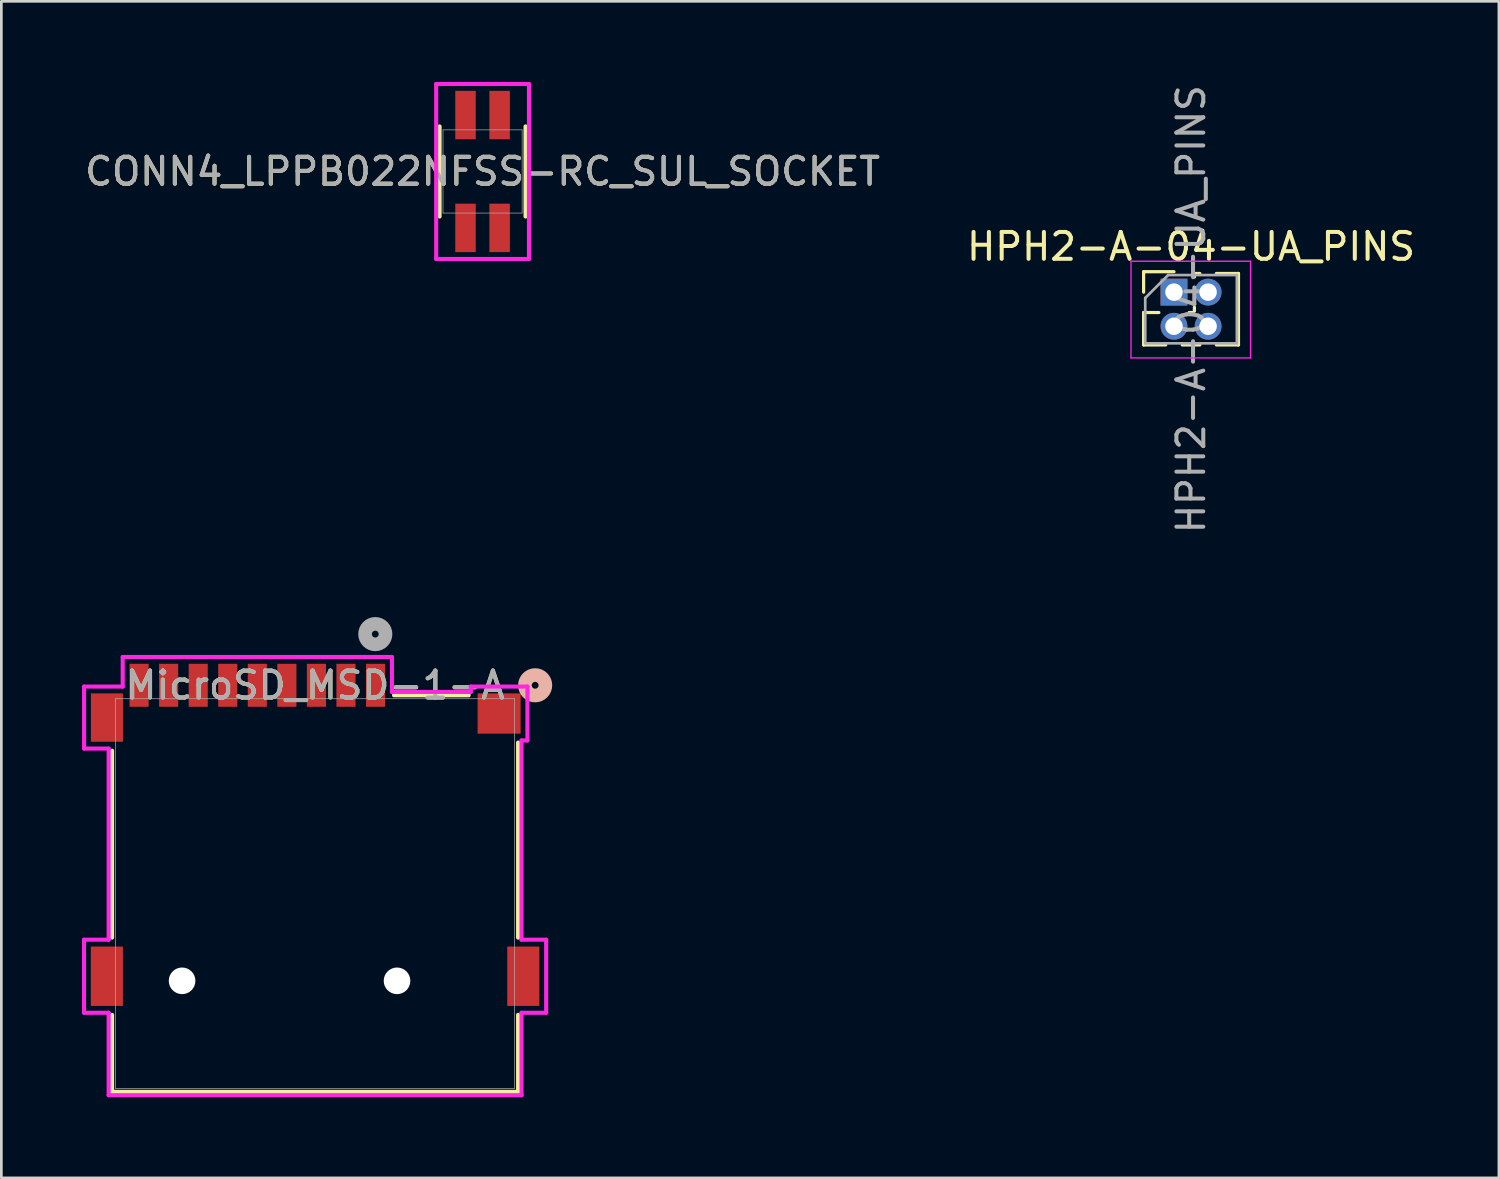
<source format=kicad_pcb>
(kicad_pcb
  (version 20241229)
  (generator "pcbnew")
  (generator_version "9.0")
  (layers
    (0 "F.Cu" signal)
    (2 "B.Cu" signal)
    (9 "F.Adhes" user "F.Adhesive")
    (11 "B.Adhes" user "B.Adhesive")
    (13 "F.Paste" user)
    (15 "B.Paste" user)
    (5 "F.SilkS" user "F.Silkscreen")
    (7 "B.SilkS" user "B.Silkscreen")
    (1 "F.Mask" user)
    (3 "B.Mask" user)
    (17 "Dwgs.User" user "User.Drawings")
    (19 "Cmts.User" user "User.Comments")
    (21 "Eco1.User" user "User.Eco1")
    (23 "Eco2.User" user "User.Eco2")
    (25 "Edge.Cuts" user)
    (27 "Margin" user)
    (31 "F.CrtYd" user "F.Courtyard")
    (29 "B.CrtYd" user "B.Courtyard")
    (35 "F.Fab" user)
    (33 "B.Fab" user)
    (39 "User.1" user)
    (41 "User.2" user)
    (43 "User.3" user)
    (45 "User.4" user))
  (footprint "CONN4_LPPB022NFSS-RC_SUL_SOCKET"
    (layer "F.Cu")
    (at 14.911 3.332)
    (property "Reference" "CONN4_LPPB022NFSS-RC_SUL_SOCKET" (at 0 0 0) (unlocked yes) (layer "F.SilkS") (effects (font (size 1 1) (thickness 0.15))))
    (attr smd)
    (fp_line (start -1.6 -1.676) (end -1.6 1.676) (stroke (width 0.152) (type solid)) (layer "F.SilkS"))
    (fp_line (start 1.6 1.676) (end 1.6 -1.676) (stroke (width 0.152) (type solid)) (layer "F.SilkS"))
    (fp_line (start -1.727 -3.256) (end -1.727 3.256) (stroke (width 0.152) (type solid)) (layer "F.CrtYd"))
    (fp_line (start -1.727 3.256) (end 1.727 3.256) (stroke (width 0.152) (type solid)) (layer "F.CrtYd"))
    (fp_line (start 1.727 -3.256) (end -1.727 -3.256) (stroke (width 0.152) (type solid)) (layer "F.CrtYd"))
    (fp_line (start 1.727 3.256) (end 1.727 -3.256) (stroke (width 0.152) (type solid)) (layer "F.CrtYd"))
    (fp_line (start -1.473 -1.549) (end -1.473 1.549) (stroke (width 0.025) (type solid)) (layer "F.Fab"))
    (fp_line (start -1.473 1.549) (end 1.473 1.549) (stroke (width 0.025) (type solid)) (layer "F.Fab"))
    (fp_line (start 1.473 -1.549) (end -1.473 -1.549) (stroke (width 0.025) (type solid)) (layer "F.Fab"))
    (fp_line (start 1.473 1.549) (end 1.473 -1.549) (stroke (width 0.025) (type solid)) (layer "F.Fab"))
    (fp_text user "${REFERENCE}" (at 0 0 0) (unlocked yes) (layer "F.Fab") (effects (font (size 1 1) (thickness 0.15))))
    (pad "1" smd rect (at -0.635 -2.1) (size 0.762 1.803) (layers "F.Cu" "F.Mask" "F.Paste"))
    (pad "2" smd rect (at -0.635 2.1) (size 0.762 1.803) (layers "F.Cu" "F.Mask" "F.Paste"))
    (pad "3" smd rect (at 0.635 -2.1) (size 0.762 1.803) (layers "F.Cu" "F.Mask" "F.Paste"))
    (pad "4" smd rect (at 0.635 2.1) (size 0.762 1.803) (layers "F.Cu" "F.Mask" "F.Paste")))
  (footprint "HPH2-A-04-UA_PINS"
    (layer "F.Cu")
    (at 40.645 7.823)
    (property "Reference" "HPH2-A-04-UA_PINS" (at 0.635 -1.695 0) (layer "F.SilkS") (effects (font (size 1 1) (thickness 0.15))))
    (attr through_hole)
    (fp_line (start -1.13 -0.76) (end 0 -0.76) (stroke (width 0.12) (type solid)) (layer "F.SilkS"))
    (fp_line (start -1.13 0) (end -1.13 -0.76) (stroke (width 0.12) (type solid)) (layer "F.SilkS"))
    (fp_line (start -1.13 0.76) (end -1.13 1.965) (stroke (width 0.12) (type solid)) (layer "F.SilkS"))
    (fp_line (start -1.13 0.76) (end -0.563 0.76) (stroke (width 0.12) (type solid)) (layer "F.SilkS"))
    (fp_line (start -1.13 1.965) (end -0.308 1.965) (stroke (width 0.12) (type solid)) (layer "F.SilkS"))
    (fp_line (start 0.308 1.965) (end 0.962 1.965) (stroke (width 0.12) (type solid)) (layer "F.SilkS"))
    (fp_line (start 0.563 0.76) (end 0.707 0.76) (stroke (width 0.12) (type solid)) (layer "F.SilkS"))
    (fp_line (start 0.76 -0.695) (end 0.962 -0.695) (stroke (width 0.12) (type solid)) (layer "F.SilkS"))
    (fp_line (start 0.76 -0.563) (end 0.76 -0.695) (stroke (width 0.12) (type solid)) (layer "F.SilkS"))
    (fp_line (start 0.76 0.707) (end 0.76 0.563) (stroke (width 0.12) (type solid)) (layer "F.SilkS"))
    (fp_line (start 1.578 -0.695) (end 2.4 -0.695) (stroke (width 0.12) (type solid)) (layer "F.SilkS"))
    (fp_line (start 1.578 1.965) (end 2.4 1.965) (stroke (width 0.12) (type solid)) (layer "F.SilkS"))
    (fp_line (start 2.4 -0.695) (end 2.4 1.965) (stroke (width 0.12) (type solid)) (layer "F.SilkS"))
    (fp_line (start -1.6 -1.15) (end -1.6 2.45) (stroke (width 0.05) (type solid)) (layer "F.CrtYd"))
    (fp_line (start -1.6 2.45) (end 2.85 2.45) (stroke (width 0.05) (type solid)) (layer "F.CrtYd"))
    (fp_line (start 2.85 -1.15) (end -1.6 -1.15) (stroke (width 0.05) (type solid)) (layer "F.CrtYd"))
    (fp_line (start 2.85 2.45) (end 2.85 -1.15) (stroke (width 0.05) (type solid)) (layer "F.CrtYd"))
    (fp_line (start -1.07 0.217) (end -0.217 -0.635) (stroke (width 0.1) (type solid)) (layer "F.Fab"))
    (fp_line (start -1.07 1.905) (end -1.07 0.217) (stroke (width 0.1) (type solid)) (layer "F.Fab"))
    (fp_line (start -0.217 -0.635) (end 2.34 -0.635) (stroke (width 0.1) (type solid)) (layer "F.Fab"))
    (fp_line (start 2.34 -0.635) (end 2.34 1.905) (stroke (width 0.1) (type solid)) (layer "F.Fab"))
    (fp_line (start 2.34 1.905) (end -1.07 1.905) (stroke (width 0.1) (type solid)) (layer "F.Fab"))
    (fp_text user "${REFERENCE}" (at 0.635 0.635 90) (layer "F.Fab") (effects (font (size 1 1) (thickness 0.15))))
    (pad "1" thru_hole rect (at 0 0) (size 1 1) (drill 0.65) (layers "*.Cu" "*.Mask"))
    (pad "2" thru_hole oval (at 0 1.27) (size 1 1) (drill 0.65) (layers "*.Cu" "*.Mask"))
    (pad "3" thru_hole oval (at 1.27 0) (size 1 1) (drill 0.65) (layers "*.Cu" "*.Mask"))
    (pad "4" thru_hole oval (at 1.27 1.27) (size 1 1) (drill 0.65) (layers "*.Cu" "*.Mask")))
  (footprint "MicroSD_MSD-1-A"
    (layer "F.Cu")
    (at 8.677 30.208)
    (property "Reference" "MicroSD_MSD-1-A" (at 0 -7.752 0) (unlocked yes) (layer "F.SilkS") (effects (font (size 1 1) (thickness 0.15))))
    (attr smd)
    (fp_line (start -7.556 1.639) (end -7.556 -5.318) (stroke (width 0.152) (type solid)) (layer "F.SilkS"))
    (fp_line (start -7.556 7.379) (end -7.556 4.514) (stroke (width 0.152) (type solid)) (layer "F.SilkS"))
    (fp_line (start 2.938 -7.379) (end 5.717 -7.379) (stroke (width 0.152) (type solid)) (layer "F.SilkS"))
    (fp_line (start 7.556 -5.619) (end 7.556 1.639) (stroke (width 0.152) (type solid)) (layer "F.SilkS"))
    (fp_line (start 7.556 4.514) (end 7.556 7.379) (stroke (width 0.152) (type solid)) (layer "F.SilkS"))
    (fp_line (start 7.556 7.379) (end -7.556 7.379) (stroke (width 0.152) (type solid)) (layer "F.SilkS"))
    (fp_circle (center 8.191 -7.752) (end 8.572 -7.752) (stroke (width 0.508) (type solid)) (fill no) (layer "B.SilkS"))
    (fp_line (start -8.601 1.718) (end -8.601 4.436) (stroke (width 0.152) (type solid)) (layer "F.CrtYd"))
    (fp_line (start -8.601 4.436) (end -7.684 4.436) (stroke (width 0.152) (type solid)) (layer "F.CrtYd"))
    (fp_line (start -8.598 -7.704) (end -8.598 -5.396) (stroke (width 0.152) (type solid)) (layer "F.CrtYd"))
    (fp_line (start -8.598 -5.396) (end -7.684 -5.396) (stroke (width 0.152) (type solid)) (layer "F.CrtYd"))
    (fp_line (start -7.684 -5.396) (end -7.684 1.718) (stroke (width 0.152) (type solid)) (layer "F.CrtYd"))
    (fp_line (start -7.684 1.718) (end -8.601 1.718) (stroke (width 0.152) (type solid)) (layer "F.CrtYd"))
    (fp_line (start -7.684 4.436) (end -7.684 7.506) (stroke (width 0.152) (type solid)) (layer "F.CrtYd"))
    (fp_line (start -7.684 7.506) (end 7.684 7.506) (stroke (width 0.152) (type solid)) (layer "F.CrtYd"))
    (fp_line (start -7.16 -8.806) (end -7.16 -7.704) (stroke (width 0.152) (type solid)) (layer "F.CrtYd"))
    (fp_line (start -7.16 -7.704) (end -8.598 -7.704) (stroke (width 0.152) (type solid)) (layer "F.CrtYd"))
    (fp_line (start 2.86 -8.806) (end -7.16 -8.806) (stroke (width 0.152) (type solid)) (layer "F.CrtYd"))
    (fp_line (start 2.86 -7.506) (end 2.86 -8.806) (stroke (width 0.152) (type solid)) (layer "F.CrtYd"))
    (fp_line (start 5.796 -7.704) (end 5.796 -7.506) (stroke (width 0.152) (type solid)) (layer "F.CrtYd"))
    (fp_line (start 5.796 -7.506) (end 2.86 -7.506) (stroke (width 0.152) (type solid)) (layer "F.CrtYd"))
    (fp_line (start 7.684 -5.698) (end 7.904 -5.698) (stroke (width 0.152) (type solid)) (layer "F.CrtYd"))
    (fp_line (start 7.684 1.718) (end 7.684 -5.698) (stroke (width 0.152) (type solid)) (layer "F.CrtYd"))
    (fp_line (start 7.684 4.436) (end 8.601 4.436) (stroke (width 0.152) (type solid)) (layer "F.CrtYd"))
    (fp_line (start 7.684 7.506) (end 7.684 4.436) (stroke (width 0.152) (type solid)) (layer "F.CrtYd"))
    (fp_line (start 7.904 -7.704) (end 5.796 -7.704) (stroke (width 0.152) (type solid)) (layer "F.CrtYd"))
    (fp_line (start 7.904 -5.698) (end 7.904 -7.704) (stroke (width 0.152) (type solid)) (layer "F.CrtYd"))
    (fp_line (start 8.601 1.718) (end 7.684 1.718) (stroke (width 0.152) (type solid)) (layer "F.CrtYd"))
    (fp_line (start 8.601 4.436) (end 8.601 1.718) (stroke (width 0.152) (type solid)) (layer "F.CrtYd"))
    (fp_line (start -7.429 -7.252) (end -7.429 7.252) (stroke (width 0.025) (type solid)) (layer "F.Fab"))
    (fp_line (start -7.429 7.252) (end 7.429 7.252) (stroke (width 0.025) (type solid)) (layer "F.Fab"))
    (fp_line (start 7.429 -7.252) (end -7.429 -7.252) (stroke (width 0.025) (type solid)) (layer "F.Fab"))
    (fp_line (start 7.429 7.252) (end 7.429 -7.252) (stroke (width 0.025) (type solid)) (layer "F.Fab"))
    (fp_circle (center 2.241 -9.657) (end 2.622 -9.657) (stroke (width 0.508) (type solid)) (fill no) (layer "F.Fab"))
    (fp_text user "${REFERENCE}" (at 0 -7.752 0) (unlocked yes) (layer "F.Fab") (effects (font (size 1 1) (thickness 0.15))))
    (pad "" np_thru_hole circle (at -4.95 3.248) (size 0.991 0.991) (drill 0.991) (layers "*.Cu" "*.Mask"))
    (pad "" np_thru_hole circle (at 3.05 3.248) (size 0.991 0.991) (drill 0.991) (layers "*.Cu" "*.Mask"))
    (pad "1" smd rect (at 2.25 -7.752) (size 0.711 1.6) (layers "F.Cu" "F.Mask" "F.Paste"))
    (pad "2" smd rect (at 1.15 -7.752) (size 0.711 1.6) (layers "F.Cu" "F.Mask" "F.Paste"))
    (pad "3" smd rect (at 0.05 -7.752) (size 0.711 1.6) (layers "F.Cu" "F.Mask" "F.Paste"))
    (pad "4" smd rect (at -1.05 -7.752) (size 0.711 1.6) (layers "F.Cu" "F.Mask" "F.Paste"))
    (pad "5" smd rect (at -2.15 -7.752) (size 0.711 1.6) (layers "F.Cu" "F.Mask" "F.Paste"))
    (pad "6" smd rect (at -3.25 -7.752) (size 0.711 1.6) (layers "F.Cu" "F.Mask" "F.Paste"))
    (pad "7" smd rect (at -4.35 -7.752) (size 0.711 1.6) (layers "F.Cu" "F.Mask" "F.Paste"))
    (pad "8" smd rect (at -5.45 -7.752) (size 0.711 1.6) (layers "F.Cu" "F.Mask" "F.Paste"))
    (pad "9" smd rect (at -6.55 -7.752) (size 0.711 1.6) (layers "F.Cu" "F.Mask" "F.Paste"))
    (pad "10" smd rect (at -7.75 3.077) (size 1.194 2.21) (layers "F.Cu" "F.Mask" "F.Paste"))
    (pad "10" smd rect (at -7.747 -6.55) (size 1.194 1.8) (layers "F.Cu" "F.Mask" "F.Paste"))
    (pad "10" smd rect (at 6.85 -6.701) (size 1.6 1.499) (layers "F.Cu" "F.Mask" "F.Paste"))
    (pad "10" smd rect (at 7.75 3.077) (size 1.194 2.21) (layers "F.Cu" "F.Mask" "F.Paste")))
  (gr_rect
    (start -3 -3)
    (end 52.738 40.79)
    (stroke (width 0.1) (type default))
    (fill no)
    (layer "Edge.Cuts")))
</source>
